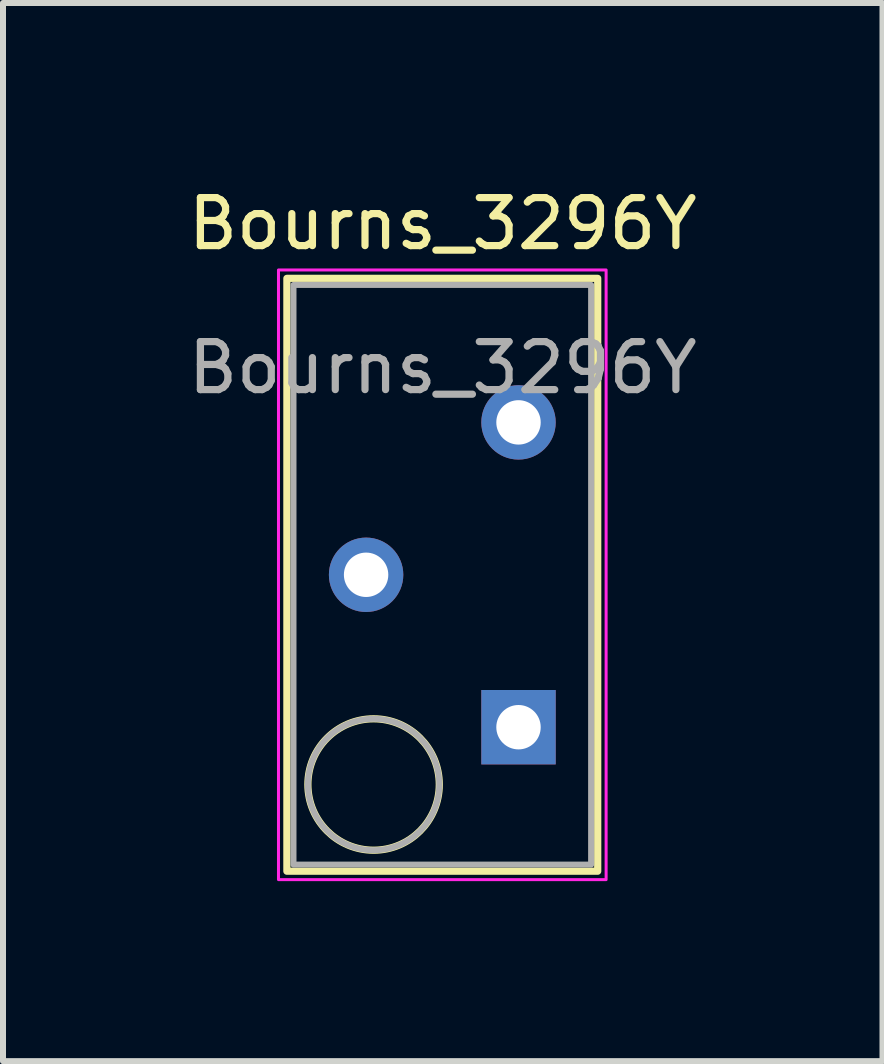
<source format=kicad_pcb>
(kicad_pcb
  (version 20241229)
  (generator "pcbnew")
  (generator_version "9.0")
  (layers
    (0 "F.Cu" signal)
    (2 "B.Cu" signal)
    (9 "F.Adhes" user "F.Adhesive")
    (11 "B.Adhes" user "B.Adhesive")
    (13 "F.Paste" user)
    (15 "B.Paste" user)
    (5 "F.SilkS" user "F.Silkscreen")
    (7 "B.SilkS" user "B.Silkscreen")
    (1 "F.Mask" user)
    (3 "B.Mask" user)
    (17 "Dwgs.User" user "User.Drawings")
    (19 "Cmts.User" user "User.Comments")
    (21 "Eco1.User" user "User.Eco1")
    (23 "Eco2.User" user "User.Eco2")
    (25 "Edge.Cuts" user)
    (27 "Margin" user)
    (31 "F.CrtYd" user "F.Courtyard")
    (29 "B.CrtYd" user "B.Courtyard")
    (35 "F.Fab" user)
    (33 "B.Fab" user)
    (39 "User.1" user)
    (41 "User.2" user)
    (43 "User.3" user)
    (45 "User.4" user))
  (footprint "Bourns_3296Y"
    (layer "F.Cu")
    (at 4.321 6.529)
    (property "Reference" "Bourns_3296Y" (at 0.007 -5.85 0) (unlocked yes) (layer "F.SilkS") (effects (font (size 0.8 0.8) (thickness 0.12))))
    (attr through_hole)
    (fp_rect (start -2.59 -4.94) (end 2.59 4.94) (stroke (width 0.12) (type default)) (fill no) (layer "F.SilkS"))
    (fp_circle (center -1.145 3.495) (end -0.05 3.495) (stroke (width 0.12) (type default)) (fill no) (layer "F.SilkS"))
    (fp_rect (start -2.73 -5.08) (end 2.73 5.08) (stroke (width 0.05) (type default)) (fill no) (layer "F.CrtYd"))
    (fp_rect (start -2.48 -4.83) (end 2.48 4.83) (stroke (width 0.1) (type default)) (fill no) (layer "F.Fab"))
    (fp_circle (center -1.145 3.495) (end -0.05 3.495) (stroke (width 0.1) (type default)) (fill no) (layer "F.Fab"))
    (fp_text user "${REFERENCE}" (at 0.007 -3.45 0) (unlocked yes) (layer "F.Fab") (effects (font (size 0.8 0.8) (thickness 0.12))))
    (pad "1" thru_hole rect (at 1.27 2.54) (size 1.24 1.24) (drill 0.74) (layers "*.Cu" "*.Mask"))
    (pad "2" thru_hole circle (at -1.27 0) (size 1.24 1.24) (drill 0.74) (layers "*.Cu" "*.Mask"))
    (pad "3" thru_hole circle (at 1.27 -2.54) (size 1.24 1.24) (drill 0.74) (layers "*.Cu" "*.Mask")))
  (gr_rect
    (start -3 -3)
    (end 11.657 14.634)
    (stroke (width 0.1) (type default))
    (fill no)
    (layer "Edge.Cuts")))
</source>
